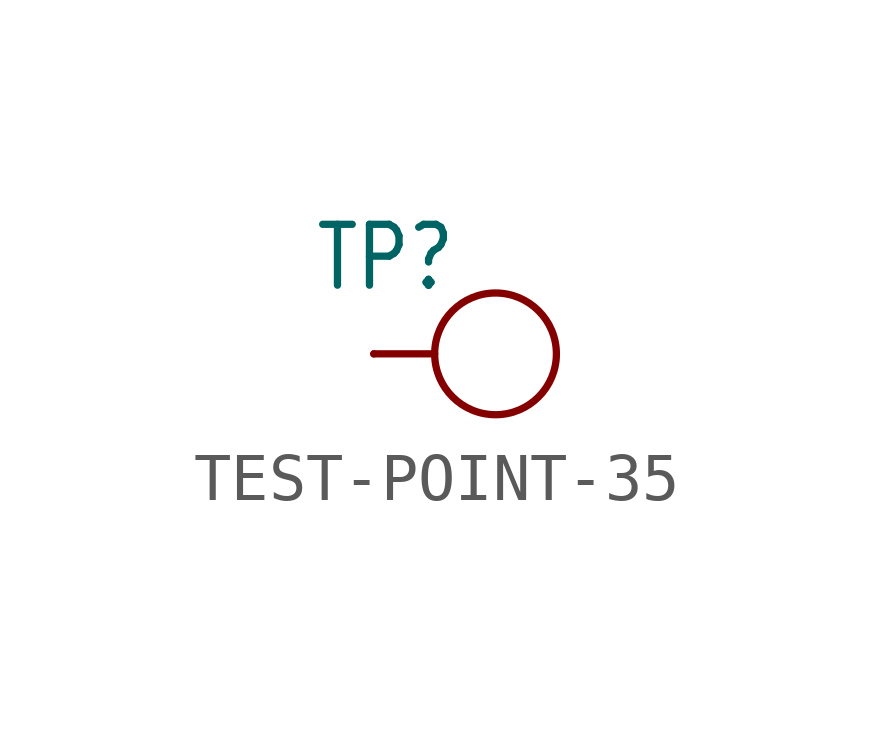
<source format=kicad_sym>
(kicad_symbol_lib
  (version 20241209)
  (generator "kicad_symbol_editor")
  (generator_version "9.0")
  (symbol "TEST-POINT-35"
    (property "Reference" "TP"
      (at -3.81 1.27 0)
      (effects (font (size 1.27 1.079)) (justify left bottom)))
    (property "ki_locked" ""
      (at 0 0 0)
      (effects (font (size 1.27 1.27))))
    (symbol "TEST-POINT-35_1_0"
      (polyline (pts (xy -2.54 0) (xy -1.27 0)) (stroke (width 0.152) (type solid)) (fill (type none)))
      (circle (center 0 0) (radius 1.27) (stroke (width 0.152) (type solid)) (fill (type none)))
      (pin bidirectional line (at -2.54 0 0) (length 0) (name "T" (effects (font (size 0 0)))) (number "T" (effects (font (size 0 0))))))))
</source>
